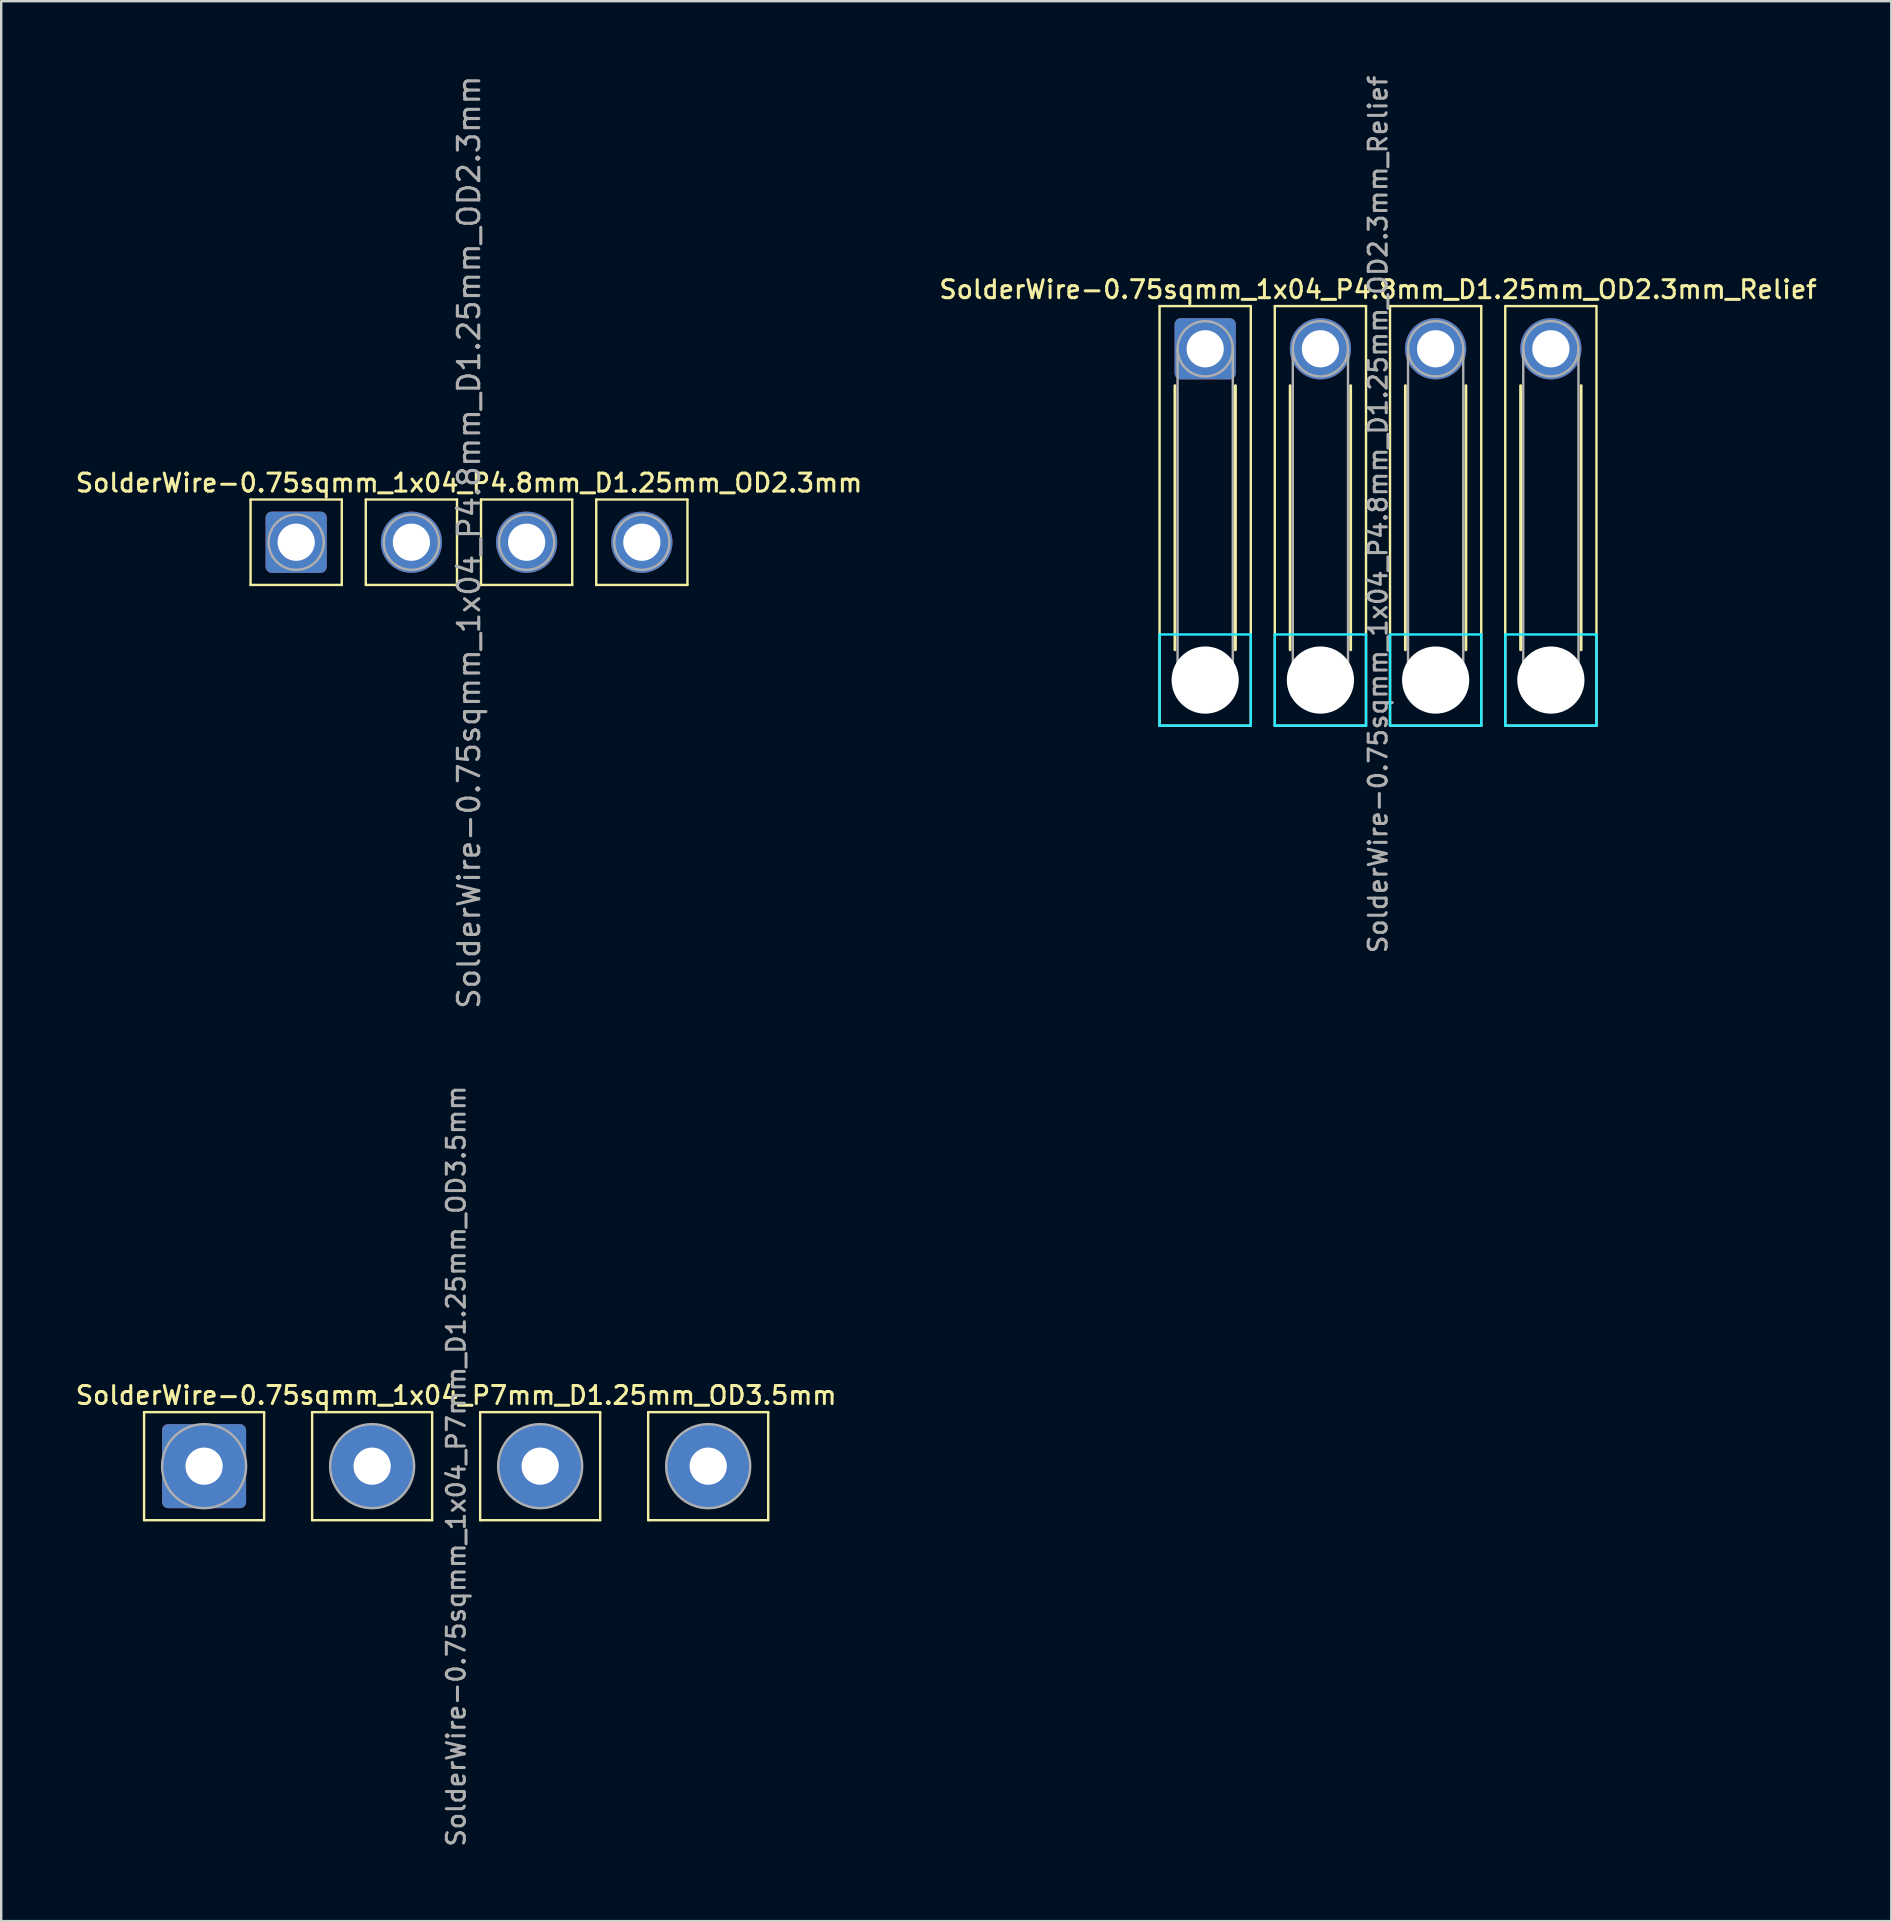
<source format=kicad_pcb>
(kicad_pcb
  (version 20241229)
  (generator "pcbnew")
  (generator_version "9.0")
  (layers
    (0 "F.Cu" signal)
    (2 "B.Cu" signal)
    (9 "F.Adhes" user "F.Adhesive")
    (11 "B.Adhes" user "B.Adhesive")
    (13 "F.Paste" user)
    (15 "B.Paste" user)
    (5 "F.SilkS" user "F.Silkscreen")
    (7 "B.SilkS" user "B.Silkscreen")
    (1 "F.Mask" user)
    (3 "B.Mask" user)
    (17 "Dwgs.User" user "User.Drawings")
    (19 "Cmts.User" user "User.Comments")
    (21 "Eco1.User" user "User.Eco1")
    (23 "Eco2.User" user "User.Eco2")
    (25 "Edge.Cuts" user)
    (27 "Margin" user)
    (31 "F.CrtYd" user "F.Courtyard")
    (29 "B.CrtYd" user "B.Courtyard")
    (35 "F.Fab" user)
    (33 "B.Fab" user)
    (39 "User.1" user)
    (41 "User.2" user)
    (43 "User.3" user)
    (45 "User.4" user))
  (footprint "SolderWire-0.75sqmm_1x04_P4.8mm_D1.25mm_OD2.3mm_Relief"
    (layer "F.Cu")
    (at 47.155 11.48)
    (property "Reference" "SolderWire-0.75sqmm_1x04_P4.8mm_D1.25mm_OD2.3mm_Relief" (at 7.2 -2.47 0) (layer "F.SilkS") (effects (font (size 0.75 0.75) (thickness 0.125))))
    (attr exclude_from_pos_files exclude_from_bom)
    (fp_line (start -1.9 -1.78) (end -1.9 15.7) (stroke (width 0.1) (type solid)) (layer "F.SilkS"))
    (fp_line (start -1.9 15.7) (end 1.9 15.7) (stroke (width 0.1) (type solid)) (layer "F.SilkS"))
    (fp_line (start -1.26 1.535) (end -1.26 12.54) (stroke (width 0.12) (type solid)) (layer "F.SilkS"))
    (fp_line (start 1.26 1.535) (end 1.26 12.54) (stroke (width 0.12) (type solid)) (layer "F.SilkS"))
    (fp_line (start 1.9 -1.78) (end -1.9 -1.78) (stroke (width 0.1) (type solid)) (layer "F.SilkS"))
    (fp_line (start 1.9 15.7) (end 1.9 -1.78) (stroke (width 0.1) (type solid)) (layer "F.SilkS"))
    (fp_line (start 2.9 -1.78) (end 2.9 15.7) (stroke (width 0.1) (type solid)) (layer "F.SilkS"))
    (fp_line (start 2.9 15.7) (end 6.7 15.7) (stroke (width 0.1) (type solid)) (layer "F.SilkS"))
    (fp_line (start 3.54 1.535) (end 3.54 12.54) (stroke (width 0.12) (type solid)) (layer "F.SilkS"))
    (fp_line (start 6.06 1.535) (end 6.06 12.54) (stroke (width 0.12) (type solid)) (layer "F.SilkS"))
    (fp_line (start 6.7 -1.78) (end 2.9 -1.78) (stroke (width 0.1) (type solid)) (layer "F.SilkS"))
    (fp_line (start 6.7 15.7) (end 6.7 -1.78) (stroke (width 0.1) (type solid)) (layer "F.SilkS"))
    (fp_line (start 7.7 -1.78) (end 7.7 15.7) (stroke (width 0.1) (type solid)) (layer "F.SilkS"))
    (fp_line (start 7.7 15.7) (end 11.5 15.7) (stroke (width 0.1) (type solid)) (layer "F.SilkS"))
    (fp_line (start 8.34 1.535) (end 8.34 12.54) (stroke (width 0.12) (type solid)) (layer "F.SilkS"))
    (fp_line (start 10.86 1.535) (end 10.86 12.54) (stroke (width 0.12) (type solid)) (layer "F.SilkS"))
    (fp_line (start 11.5 -1.78) (end 7.7 -1.78) (stroke (width 0.1) (type solid)) (layer "F.SilkS"))
    (fp_line (start 11.5 15.7) (end 11.5 -1.78) (stroke (width 0.1) (type solid)) (layer "F.SilkS"))
    (fp_line (start 12.5 -1.78) (end 12.5 15.7) (stroke (width 0.1) (type solid)) (layer "F.SilkS"))
    (fp_line (start 12.5 15.7) (end 16.3 15.7) (stroke (width 0.1) (type solid)) (layer "F.SilkS"))
    (fp_line (start 13.14 1.535) (end 13.14 12.54) (stroke (width 0.12) (type solid)) (layer "F.SilkS"))
    (fp_line (start 15.66 1.535) (end 15.66 12.54) (stroke (width 0.12) (type solid)) (layer "F.SilkS"))
    (fp_line (start 16.3 -1.78) (end 12.5 -1.78) (stroke (width 0.1) (type solid)) (layer "F.SilkS"))
    (fp_line (start 16.3 15.7) (end 16.3 -1.78) (stroke (width 0.1) (type solid)) (layer "F.SilkS"))
    (fp_line (start -1.9 11.9) (end -1.9 15.7) (stroke (width 0.1) (type solid)) (layer "B.CrtYd"))
    (fp_line (start -1.9 15.7) (end 1.9 15.7) (stroke (width 0.1) (type solid)) (layer "B.CrtYd"))
    (fp_line (start 1.9 11.9) (end -1.9 11.9) (stroke (width 0.1) (type solid)) (layer "B.CrtYd"))
    (fp_line (start 1.9 15.7) (end 1.9 11.9) (stroke (width 0.1) (type solid)) (layer "B.CrtYd"))
    (fp_line (start 2.9 11.9) (end 2.9 15.7) (stroke (width 0.1) (type solid)) (layer "B.CrtYd"))
    (fp_line (start 2.9 15.7) (end 6.7 15.7) (stroke (width 0.1) (type solid)) (layer "B.CrtYd"))
    (fp_line (start 6.7 11.9) (end 2.9 11.9) (stroke (width 0.1) (type solid)) (layer "B.CrtYd"))
    (fp_line (start 6.7 15.7) (end 6.7 11.9) (stroke (width 0.1) (type solid)) (layer "B.CrtYd"))
    (fp_line (start 7.7 11.9) (end 7.7 15.7) (stroke (width 0.1) (type solid)) (layer "B.CrtYd"))
    (fp_line (start 7.7 15.7) (end 11.5 15.7) (stroke (width 0.1) (type solid)) (layer "B.CrtYd"))
    (fp_line (start 11.5 11.9) (end 7.7 11.9) (stroke (width 0.1) (type solid)) (layer "B.CrtYd"))
    (fp_line (start 11.5 15.7) (end 11.5 11.9) (stroke (width 0.1) (type solid)) (layer "B.CrtYd"))
    (fp_line (start 12.5 11.9) (end 12.5 15.7) (stroke (width 0.1) (type solid)) (layer "B.CrtYd"))
    (fp_line (start 12.5 15.7) (end 16.3 15.7) (stroke (width 0.1) (type solid)) (layer "B.CrtYd"))
    (fp_line (start 16.3 11.9) (end 12.5 11.9) (stroke (width 0.1) (type solid)) (layer "B.CrtYd"))
    (fp_line (start 16.3 15.7) (end 16.3 11.9) (stroke (width 0.1) (type solid)) (layer "B.CrtYd"))
    (fp_line (start -1.15 0) (end -1.15 13.8) (stroke (width 0.1) (type solid)) (layer "F.Fab"))
    (fp_line (start 1.15 0) (end 1.15 13.8) (stroke (width 0.1) (type solid)) (layer "F.Fab"))
    (fp_line (start 3.65 0) (end 3.65 13.8) (stroke (width 0.1) (type solid)) (layer "F.Fab"))
    (fp_line (start 5.95 0) (end 5.95 13.8) (stroke (width 0.1) (type solid)) (layer "F.Fab"))
    (fp_line (start 8.45 0) (end 8.45 13.8) (stroke (width 0.1) (type solid)) (layer "F.Fab"))
    (fp_line (start 10.75 0) (end 10.75 13.8) (stroke (width 0.1) (type solid)) (layer "F.Fab"))
    (fp_line (start 13.25 0) (end 13.25 13.8) (stroke (width 0.1) (type solid)) (layer "F.Fab"))
    (fp_line (start 15.55 0) (end 15.55 13.8) (stroke (width 0.1) (type solid)) (layer "F.Fab"))
    (fp_circle (center 0 0) (end 1.15 0) (stroke (width 0.1) (type solid)) (fill no) (layer "F.Fab"))
    (fp_circle (center 0 13.8) (end 1.15 13.8) (stroke (width 0.1) (type solid)) (fill no) (layer "F.Fab"))
    (fp_circle (center 4.8 0) (end 5.95 0) (stroke (width 0.1) (type solid)) (fill no) (layer "F.Fab"))
    (fp_circle (center 4.8 13.8) (end 5.95 13.8) (stroke (width 0.1) (type solid)) (fill no) (layer "F.Fab"))
    (fp_circle (center 9.6 0) (end 10.75 0) (stroke (width 0.1) (type solid)) (fill no) (layer "F.Fab"))
    (fp_circle (center 9.6 13.8) (end 10.75 13.8) (stroke (width 0.1) (type solid)) (fill no) (layer "F.Fab"))
    (fp_circle (center 14.4 0) (end 15.55 0) (stroke (width 0.1) (type solid)) (fill no) (layer "F.Fab"))
    (fp_circle (center 14.4 13.8) (end 15.55 13.8) (stroke (width 0.1) (type solid)) (fill no) (layer "F.Fab"))
    (fp_text user "${REFERENCE}" (at 7.2 6.9 90) (layer "F.Fab") (effects (font (size 0.75 0.75) (thickness 0.125))))
    (pad "" np_thru_hole circle (at 0 13.8) (size 2.8 2.8) (drill 2.8) (layers "*.Cu" "*.Mask"))
    (pad "" np_thru_hole circle (at 4.8 13.8) (size 2.8 2.8) (drill 2.8) (layers "*.Cu" "*.Mask"))
    (pad "" np_thru_hole circle (at 9.6 13.8) (size 2.8 2.8) (drill 2.8) (layers "*.Cu" "*.Mask"))
    (pad "" np_thru_hole circle (at 14.4 13.8) (size 2.8 2.8) (drill 2.8) (layers "*.Cu" "*.Mask"))
    (pad "1" thru_hole roundrect (at 0 0) (size 2.55 2.55) (drill 1.55) (layers "*.Cu" "*.Mask") (roundrect_rratio 0.098))
    (pad "2" thru_hole circle (at 4.8 0) (size 2.55 2.55) (drill 1.55) (layers "*.Cu" "*.Mask"))
    (pad "3" thru_hole circle (at 9.6 0) (size 2.55 2.55) (drill 1.55) (layers "*.Cu" "*.Mask"))
    (pad "4" thru_hole circle (at 14.4 0) (size 2.55 2.55) (drill 1.55) (layers "*.Cu" "*.Mask")))
  (footprint "SolderWire-0.75sqmm_1x04_P7mm_D1.25mm_OD3.5mm"
    (layer "F.Cu")
    (at 5.452 58.027)
    (property "Reference" "SolderWire-0.75sqmm_1x04_P7mm_D1.25mm_OD3.5mm" (at 10.5 -2.95 0) (layer "F.SilkS") (effects (font (size 0.75 0.75) (thickness 0.125))))
    (attr exclude_from_pos_files exclude_from_bom)
    (fp_line (start -2.5 -2.25) (end -2.5 2.25) (stroke (width 0.1) (type solid)) (layer "F.SilkS"))
    (fp_line (start -2.5 2.25) (end 2.5 2.25) (stroke (width 0.1) (type solid)) (layer "F.SilkS"))
    (fp_line (start 2.5 -2.25) (end -2.5 -2.25) (stroke (width 0.1) (type solid)) (layer "F.SilkS"))
    (fp_line (start 2.5 2.25) (end 2.5 -2.25) (stroke (width 0.1) (type solid)) (layer "F.SilkS"))
    (fp_line (start 4.5 -2.25) (end 4.5 2.25) (stroke (width 0.1) (type solid)) (layer "F.SilkS"))
    (fp_line (start 4.5 2.25) (end 9.5 2.25) (stroke (width 0.1) (type solid)) (layer "F.SilkS"))
    (fp_line (start 9.5 -2.25) (end 4.5 -2.25) (stroke (width 0.1) (type solid)) (layer "F.SilkS"))
    (fp_line (start 9.5 2.25) (end 9.5 -2.25) (stroke (width 0.1) (type solid)) (layer "F.SilkS"))
    (fp_line (start 11.5 -2.25) (end 11.5 2.25) (stroke (width 0.1) (type solid)) (layer "F.SilkS"))
    (fp_line (start 11.5 2.25) (end 16.5 2.25) (stroke (width 0.1) (type solid)) (layer "F.SilkS"))
    (fp_line (start 16.5 -2.25) (end 11.5 -2.25) (stroke (width 0.1) (type solid)) (layer "F.SilkS"))
    (fp_line (start 16.5 2.25) (end 16.5 -2.25) (stroke (width 0.1) (type solid)) (layer "F.SilkS"))
    (fp_line (start 18.5 -2.25) (end 18.5 2.25) (stroke (width 0.1) (type solid)) (layer "F.SilkS"))
    (fp_line (start 18.5 2.25) (end 23.5 2.25) (stroke (width 0.1) (type solid)) (layer "F.SilkS"))
    (fp_line (start 23.5 -2.25) (end 18.5 -2.25) (stroke (width 0.1) (type solid)) (layer "F.SilkS"))
    (fp_line (start 23.5 2.25) (end 23.5 -2.25) (stroke (width 0.1) (type solid)) (layer "F.SilkS"))
    (fp_circle (center 0 0) (end 1.75 0) (stroke (width 0.1) (type solid)) (fill no) (layer "F.Fab"))
    (fp_circle (center 7 0) (end 8.75 0) (stroke (width 0.1) (type solid)) (fill no) (layer "F.Fab"))
    (fp_circle (center 14 0) (end 15.75 0) (stroke (width 0.1) (type solid)) (fill no) (layer "F.Fab"))
    (fp_circle (center 21 0) (end 22.75 0) (stroke (width 0.1) (type solid)) (fill no) (layer "F.Fab"))
    (fp_text user "${REFERENCE}" (at 10.5 0 90) (layer "F.Fab") (effects (font (size 0.75 0.75) (thickness 0.125))))
    (pad "1" thru_hole roundrect (at 0 0) (size 3.5 3.5) (drill 1.55) (layers "*.Cu" "*.Mask") (roundrect_rratio 0.071))
    (pad "2" thru_hole circle (at 7 0) (size 3.5 3.5) (drill 1.55) (layers "*.Cu" "*.Mask"))
    (pad "3" thru_hole circle (at 14 0) (size 3.5 3.5) (drill 1.55) (layers "*.Cu" "*.Mask"))
    (pad "4" thru_hole circle (at 21 0) (size 3.5 3.5) (drill 1.55) (layers "*.Cu" "*.Mask")))
  (footprint "SolderWire-0.75sqmm_1x04_P4.8mm_D1.25mm_OD2.3mm"
    (layer "F.Cu")
    (at 9.288 19.538)
    (property "Reference" "SolderWire-0.75sqmm_1x04_P4.8mm_D1.25mm_OD2.3mm" (at 7.2 -2.47 0) (layer "F.SilkS") (effects (font (size 0.75 0.75) (thickness 0.125))))
    (attr exclude_from_pos_files exclude_from_bom)
    (fp_line (start -1.9 -1.78) (end -1.9 1.78) (stroke (width 0.1) (type solid)) (layer "F.SilkS"))
    (fp_line (start -1.9 1.78) (end 1.9 1.78) (stroke (width 0.1) (type solid)) (layer "F.SilkS"))
    (fp_line (start 1.9 -1.78) (end -1.9 -1.78) (stroke (width 0.1) (type solid)) (layer "F.SilkS"))
    (fp_line (start 1.9 1.78) (end 1.9 -1.78) (stroke (width 0.1) (type solid)) (layer "F.SilkS"))
    (fp_line (start 2.9 -1.78) (end 2.9 1.78) (stroke (width 0.1) (type solid)) (layer "F.SilkS"))
    (fp_line (start 2.9 1.78) (end 6.7 1.78) (stroke (width 0.1) (type solid)) (layer "F.SilkS"))
    (fp_line (start 6.7 -1.78) (end 2.9 -1.78) (stroke (width 0.1) (type solid)) (layer "F.SilkS"))
    (fp_line (start 6.7 1.78) (end 6.7 -1.78) (stroke (width 0.1) (type solid)) (layer "F.SilkS"))
    (fp_line (start 7.7 -1.78) (end 7.7 1.78) (stroke (width 0.1) (type solid)) (layer "F.SilkS"))
    (fp_line (start 7.7 1.78) (end 11.5 1.78) (stroke (width 0.1) (type solid)) (layer "F.SilkS"))
    (fp_line (start 11.5 -1.78) (end 7.7 -1.78) (stroke (width 0.1) (type solid)) (layer "F.SilkS"))
    (fp_line (start 11.5 1.78) (end 11.5 -1.78) (stroke (width 0.1) (type solid)) (layer "F.SilkS"))
    (fp_line (start 12.5 -1.78) (end 12.5 1.78) (stroke (width 0.1) (type solid)) (layer "F.SilkS"))
    (fp_line (start 12.5 1.78) (end 16.3 1.78) (stroke (width 0.1) (type solid)) (layer "F.SilkS"))
    (fp_line (start 16.3 -1.78) (end 12.5 -1.78) (stroke (width 0.1) (type solid)) (layer "F.SilkS"))
    (fp_line (start 16.3 1.78) (end 16.3 -1.78) (stroke (width 0.1) (type solid)) (layer "F.SilkS"))
    (fp_circle (center 0 0) (end 1.15 0) (stroke (width 0.1) (type solid)) (fill no) (layer "F.Fab"))
    (fp_circle (center 4.8 0) (end 5.95 0) (stroke (width 0.1) (type solid)) (fill no) (layer "F.Fab"))
    (fp_circle (center 9.6 0) (end 10.75 0) (stroke (width 0.1) (type solid)) (fill no) (layer "F.Fab"))
    (fp_circle (center 14.4 0) (end 15.55 0) (stroke (width 0.1) (type solid)) (fill no) (layer "F.Fab"))
    (fp_text user "${REFERENCE}" (at 7.2 0 90) (layer "F.Fab") (effects (font (size 0.89 0.89) (thickness 0.13))))
    (pad "1" thru_hole roundrect (at 0 0) (size 2.55 2.55) (drill 1.55) (layers "*.Cu" "*.Mask") (roundrect_rratio 0.098))
    (pad "2" thru_hole circle (at 4.8 0) (size 2.55 2.55) (drill 1.55) (layers "*.Cu" "*.Mask"))
    (pad "3" thru_hole circle (at 9.6 0) (size 2.55 2.55) (drill 1.55) (layers "*.Cu" "*.Mask"))
    (pad "4" thru_hole circle (at 14.4 0) (size 2.55 2.55) (drill 1.55) (layers "*.Cu" "*.Mask")))
  (gr_rect
    (start -3 -3)
    (end 75.736 76.979)
    (stroke (width 0.1) (type default))
    (fill no)
    (layer "Edge.Cuts")))
</source>
